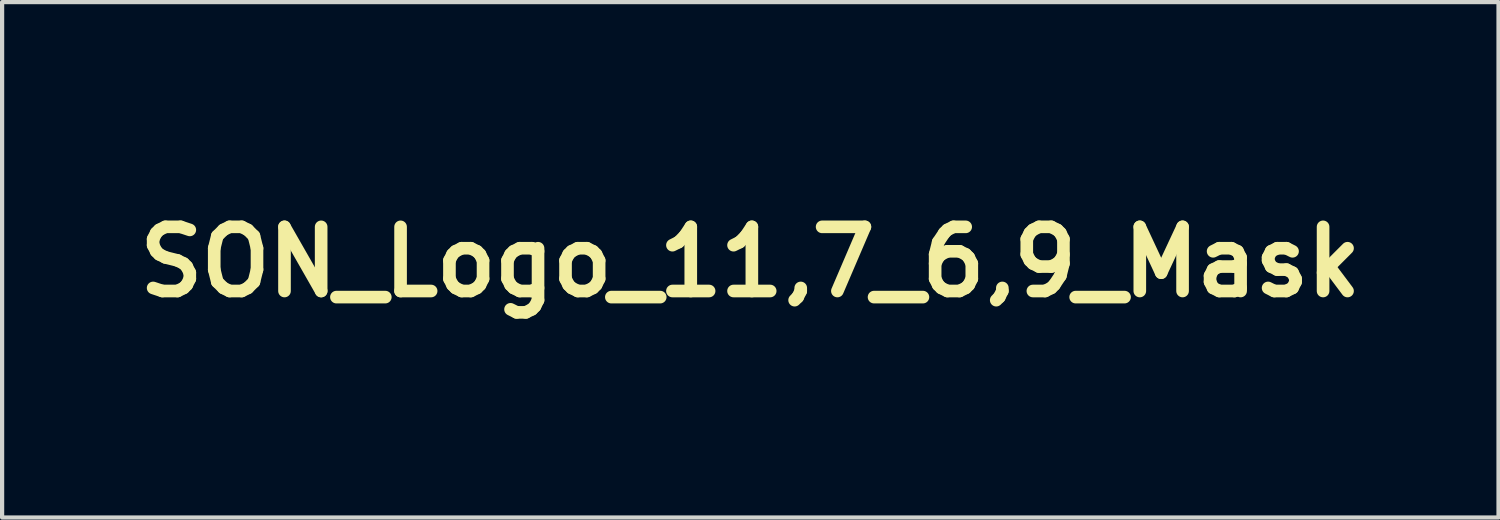
<source format=kicad_pcb>
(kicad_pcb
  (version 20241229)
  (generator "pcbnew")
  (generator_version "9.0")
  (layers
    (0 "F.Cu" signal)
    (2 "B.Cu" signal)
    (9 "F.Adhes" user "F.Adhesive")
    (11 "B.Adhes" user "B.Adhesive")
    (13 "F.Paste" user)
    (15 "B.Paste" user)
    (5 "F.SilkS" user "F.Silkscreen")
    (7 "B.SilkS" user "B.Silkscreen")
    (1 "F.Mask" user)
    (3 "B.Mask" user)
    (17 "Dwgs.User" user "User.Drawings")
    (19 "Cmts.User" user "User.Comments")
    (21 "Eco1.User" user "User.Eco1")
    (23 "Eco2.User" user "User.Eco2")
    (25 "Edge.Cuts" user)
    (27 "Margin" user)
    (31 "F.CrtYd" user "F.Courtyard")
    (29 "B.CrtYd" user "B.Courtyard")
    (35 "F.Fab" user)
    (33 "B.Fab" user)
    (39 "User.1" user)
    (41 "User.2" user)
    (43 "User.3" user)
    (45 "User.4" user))
  (footprint "SON_Logo_11,7_6,9_Mask"
    (layer "F.Cu")
    (at 14.776 3.174)
    (property "Reference" "SON_Logo_11,7_6,9_Mask" (at 0 0 0) (layer "F.SilkS") (effects (font (size 1.524 1.524) (thickness 0.3))))
    (attr through_hole)
    (fp_poly (pts (xy 4.293 2.173) (xy 4.377 2.203) (xy 4.445 2.258) (xy 4.466 2.284) (xy 4.493 2.346) (xy 4.504 2.426) (xy 4.497 2.527) (xy 4.474 2.655) (xy 4.469 2.678) (xy 4.428 2.811) (xy 4.376 2.915) (xy 4.309 2.989) (xy 4.225 3.038) (xy 4.123 3.061) (xy 4.057 3.064) (xy 3.988 3.061) (xy 3.925 3.052) (xy 3.885 3.041) (xy 3.813 2.993) (xy 3.768 2.924) (xy 3.748 2.833) (xy 3.749 2.825) (xy 3.896 2.825) (xy 3.902 2.855) (xy 3.915 2.882) (xy 3.916 2.884) (xy 3.961 2.924) (xy 4.025 2.943) (xy 4.099 2.94) (xy 4.153 2.923) (xy 4.214 2.888) (xy 4.26 2.837) (xy 4.296 2.764) (xy 4.321 2.682) (xy 4.347 2.559) (xy 4.356 2.459) (xy 4.35 2.384) (xy 4.328 2.338) (xy 4.273 2.301) (xy 4.202 2.292) (xy 4.121 2.312) (xy 4.109 2.317) (xy 4.051 2.35) (xy 4.005 2.395) (xy 3.969 2.458) (xy 3.941 2.542) (xy 3.917 2.653) (xy 3.908 2.712) (xy 3.899 2.78) (xy 3.896 2.825) (xy 3.749 2.825) (xy 3.755 2.721) (xy 3.758 2.704) (xy 3.788 2.567) (xy 3.822 2.457) (xy 3.862 2.371) (xy 3.911 2.304) (xy 3.928 2.286) (xy 4.01 2.222) (xy 4.103 2.182) (xy 4.199 2.165) (xy 4.293 2.173)) (stroke (width 0.01) (type solid)) (fill yes) (layer "F.Mask"))
    (fp_poly (pts (xy 0.896 2.19) (xy 0.914 2.205) (xy 0.914 2.207) (xy 0.904 2.227) (xy 0.876 2.269) (xy 0.833 2.328) (xy 0.778 2.4) (xy 0.715 2.481) (xy 0.706 2.491) (xy 0.635 2.582) (xy 0.581 2.651) (xy 0.543 2.704) (xy 0.517 2.745) (xy 0.5 2.781) (xy 0.488 2.815) (xy 0.48 2.853) (xy 0.477 2.866) (xy 0.46 2.952) (xy 0.445 3.009) (xy 0.428 3.043) (xy 0.407 3.06) (xy 0.379 3.065) (xy 0.374 3.065) (xy 0.334 3.059) (xy 0.312 3.047) (xy 0.31 3.023) (xy 0.315 2.974) (xy 0.324 2.91) (xy 0.33 2.879) (xy 0.359 2.729) (xy 0.263 2.474) (xy 0.231 2.387) (xy 0.205 2.31) (xy 0.187 2.25) (xy 0.178 2.212) (xy 0.178 2.202) (xy 0.2 2.19) (xy 0.241 2.184) (xy 0.245 2.184) (xy 0.27 2.185) (xy 0.288 2.192) (xy 0.305 2.21) (xy 0.323 2.244) (xy 0.346 2.3) (xy 0.371 2.364) (xy 0.399 2.437) (xy 0.421 2.498) (xy 0.436 2.541) (xy 0.44 2.558) (xy 0.444 2.572) (xy 0.458 2.568) (xy 0.484 2.545) (xy 0.523 2.501) (xy 0.58 2.434) (xy 0.624 2.379) (xy 0.684 2.304) (xy 0.729 2.251) (xy 0.761 2.216) (xy 0.787 2.196) (xy 0.809 2.187) (xy 0.834 2.185) (xy 0.847 2.184) (xy 0.896 2.19)) (stroke (width 0.01) (type solid)) (fill yes) (layer "F.Mask"))
    (fp_poly (pts (xy -3.591 2.607) (xy -3.572 2.723) (xy -3.556 2.828) (xy -3.543 2.918) (xy -3.534 2.987) (xy -3.529 3.032) (xy -3.53 3.047) (xy -3.555 3.061) (xy -3.595 3.064) (xy -3.632 3.053) (xy -3.634 3.052) (xy -3.65 3.028) (xy -3.664 2.986) (xy -3.665 2.98) (xy -3.675 2.929) (xy -3.685 2.896) (xy -3.702 2.875) (xy -3.732 2.865) (xy -3.781 2.862) (xy -3.855 2.862) (xy -3.883 2.862) (xy -4.072 2.862) (xy -4.135 2.964) (xy -4.171 3.018) (xy -4.198 3.049) (xy -4.223 3.062) (xy -4.25 3.065) (xy -4.291 3.058) (xy -4.312 3.04) (xy -4.306 3.02) (xy -4.284 2.974) (xy -4.249 2.906) (xy -4.201 2.82) (xy -4.149 2.729) (xy -3.993 2.729) (xy -3.98 2.735) (xy -3.941 2.74) (xy -3.882 2.743) (xy -3.852 2.743) (xy -3.704 2.743) (xy -3.715 2.68) (xy -3.723 2.63) (xy -3.734 2.562) (xy -3.746 2.493) (xy -3.756 2.434) (xy -3.767 2.391) (xy -3.775 2.371) (xy -3.776 2.371) (xy -3.787 2.384) (xy -3.811 2.42) (xy -3.844 2.472) (xy -3.881 2.533) (xy -3.919 2.595) (xy -3.953 2.653) (xy -3.979 2.7) (xy -3.993 2.728) (xy -3.993 2.729) (xy -4.149 2.729) (xy -4.144 2.72) (xy -4.079 2.609) (xy -4.074 2.6) (xy -3.826 2.184) (xy -3.664 2.184) (xy -3.591 2.607)) (stroke (width 0.01) (type solid)) (fill yes) (layer "F.Mask"))
    (fp_poly (pts (xy -0.376 2.184) (xy -0.283 2.185) (xy -0.217 2.188) (xy -0.17 2.193) (xy -0.137 2.203) (xy -0.108 2.216) (xy -0.106 2.218) (xy -0.045 2.267) (xy -0.006 2.33) (xy 0.013 2.41) (xy 0.012 2.511) (xy -0.009 2.635) (xy -0.017 2.672) (xy -0.051 2.792) (xy -0.091 2.887) (xy -0.141 2.957) (xy -0.207 3.007) (xy -0.291 3.04) (xy -0.398 3.058) (xy -0.533 3.064) (xy -0.574 3.065) (xy -0.646 3.063) (xy -0.707 3.06) (xy -0.748 3.054) (xy -0.758 3.051) (xy -0.764 3.039) (xy -0.764 3.011) (xy -0.759 2.965) (xy -0.753 2.929) (xy -0.611 2.929) (xy -0.483 2.929) (xy -0.404 2.926) (xy -0.335 2.916) (xy -0.295 2.905) (xy -0.253 2.878) (xy -0.219 2.835) (xy -0.19 2.77) (xy -0.163 2.679) (xy -0.143 2.587) (xy -0.128 2.483) (xy -0.13 2.407) (xy -0.153 2.354) (xy -0.199 2.322) (xy -0.269 2.307) (xy -0.364 2.306) (xy -0.481 2.311) (xy -0.535 2.565) (xy -0.555 2.658) (xy -0.574 2.744) (xy -0.588 2.814) (xy -0.598 2.862) (xy -0.601 2.874) (xy -0.611 2.929) (xy -0.753 2.929) (xy -0.747 2.895) (xy -0.728 2.8) (xy -0.702 2.675) (xy -0.702 2.674) (xy -0.679 2.564) (xy -0.656 2.461) (xy -0.637 2.371) (xy -0.621 2.301) (xy -0.61 2.256) (xy -0.608 2.248) (xy -0.591 2.184) (xy -0.376 2.184)) (stroke (width 0.01) (type solid)) (fill yes) (layer "F.Mask"))
    (fp_poly (pts (xy -1.73 2.239) (xy -1.736 2.294) (xy -2.183 2.304) (xy -2.2 2.367) (xy -2.215 2.43) (xy -2.227 2.493) (xy -2.228 2.493) (xy -2.239 2.557) (xy -2.034 2.557) (xy -1.945 2.557) (xy -1.886 2.56) (xy -1.85 2.566) (xy -1.833 2.579) (xy -1.831 2.599) (xy -1.838 2.63) (xy -1.839 2.637) (xy -1.845 2.653) (xy -1.856 2.664) (xy -1.879 2.671) (xy -1.918 2.674) (xy -1.98 2.675) (xy -2.058 2.675) (xy -2.267 2.675) (xy -2.286 2.773) (xy -2.298 2.831) (xy -2.309 2.879) (xy -2.314 2.9) (xy -2.315 2.912) (xy -2.306 2.92) (xy -2.282 2.925) (xy -2.238 2.928) (xy -2.169 2.929) (xy -2.101 2.929) (xy -1.88 2.929) (xy -1.88 2.977) (xy -1.882 3.008) (xy -1.89 3.031) (xy -1.911 3.047) (xy -1.947 3.057) (xy -2.004 3.062) (xy -2.087 3.064) (xy -2.188 3.065) (xy -2.293 3.064) (xy -2.368 3.062) (xy -2.419 3.059) (xy -2.449 3.053) (xy -2.463 3.045) (xy -2.466 3.041) (xy -2.465 3.019) (xy -2.457 2.97) (xy -2.445 2.899) (xy -2.429 2.812) (xy -2.41 2.714) (xy -2.39 2.612) (xy -2.369 2.511) (xy -2.348 2.416) (xy -2.33 2.333) (xy -2.314 2.269) (xy -2.303 2.228) (xy -2.301 2.223) (xy -2.295 2.208) (xy -2.284 2.198) (xy -2.265 2.192) (xy -2.232 2.187) (xy -2.179 2.185) (xy -2.102 2.185) (xy -2.006 2.184) (xy -1.725 2.184) (xy -1.73 2.239)) (stroke (width 0.01) (type solid)) (fill yes) (layer "F.Mask"))
    (fp_poly (pts (xy -4.898 2.188) (xy -4.877 2.19) (xy -4.861 2.196) (xy -4.845 2.21) (xy -4.827 2.236) (xy -4.805 2.278) (xy -4.776 2.341) (xy -4.738 2.427) (xy -4.71 2.493) (xy -4.669 2.586) (xy -4.632 2.669) (xy -4.602 2.735) (xy -4.581 2.781) (xy -4.57 2.801) (xy -4.57 2.802) (xy -4.564 2.789) (xy -4.552 2.749) (xy -4.537 2.685) (xy -4.519 2.604) (xy -4.504 2.536) (xy -4.481 2.419) (xy -4.462 2.332) (xy -4.447 2.27) (xy -4.434 2.228) (xy -4.421 2.203) (xy -4.407 2.19) (xy -4.39 2.185) (xy -4.369 2.184) (xy -4.332 2.189) (xy -4.319 2.208) (xy -4.318 2.222) (xy -4.322 2.251) (xy -4.331 2.307) (xy -4.346 2.385) (xy -4.364 2.476) (xy -4.385 2.577) (xy -4.407 2.681) (xy -4.428 2.781) (xy -4.449 2.872) (xy -4.466 2.947) (xy -4.48 3.001) (xy -4.487 3.027) (xy -4.515 3.056) (xy -4.555 3.065) (xy -4.592 3.052) (xy -4.601 3.044) (xy -4.613 3.022) (xy -4.635 2.975) (xy -4.666 2.907) (xy -4.704 2.824) (xy -4.741 2.738) (xy -4.781 2.649) (xy -4.817 2.573) (xy -4.847 2.514) (xy -4.868 2.477) (xy -4.878 2.467) (xy -4.885 2.488) (xy -4.898 2.535) (xy -4.914 2.604) (xy -4.933 2.688) (xy -4.945 2.743) (xy -4.964 2.835) (xy -4.983 2.917) (xy -4.999 2.982) (xy -5.011 3.024) (xy -5.015 3.035) (xy -5.041 3.057) (xy -5.079 3.065) (xy -5.113 3.057) (xy -5.123 3.048) (xy -5.122 3.027) (xy -5.115 2.978) (xy -5.103 2.905) (xy -5.086 2.813) (xy -5.065 2.706) (xy -5.044 2.607) (xy -4.955 2.183) (xy -4.898 2.188)) (stroke (width 0.01) (type solid)) (fill yes) (layer "F.Mask"))
    (fp_poly (pts (xy -0.891 2.189) (xy -0.867 2.201) (xy -0.864 2.209) (xy -0.867 2.232) (xy -0.876 2.283) (xy -0.891 2.355) (xy -0.909 2.443) (xy -0.929 2.542) (xy -0.951 2.645) (xy -0.973 2.747) (xy -0.994 2.843) (xy -1.013 2.926) (xy -1.028 2.993) (xy -1.039 3.036) (xy -1.043 3.051) (xy -1.068 3.063) (xy -1.107 3.063) (xy -1.146 3.049) (xy -1.154 3.044) (xy -1.169 3.022) (xy -1.195 2.974) (xy -1.228 2.906) (xy -1.267 2.823) (xy -1.304 2.739) (xy -1.344 2.649) (xy -1.378 2.572) (xy -1.406 2.511) (xy -1.425 2.472) (xy -1.432 2.46) (xy -1.437 2.477) (xy -1.447 2.521) (xy -1.462 2.589) (xy -1.481 2.672) (xy -1.498 2.75) (xy -1.518 2.845) (xy -1.537 2.928) (xy -1.552 2.993) (xy -1.563 3.036) (xy -1.568 3.051) (xy -1.592 3.063) (xy -1.631 3.064) (xy -1.668 3.056) (xy -1.687 3.041) (xy -1.685 3.02) (xy -1.678 2.971) (xy -1.665 2.9) (xy -1.649 2.813) (xy -1.63 2.715) (xy -1.609 2.612) (xy -1.588 2.51) (xy -1.567 2.413) (xy -1.548 2.328) (xy -1.532 2.261) (xy -1.52 2.216) (xy -1.515 2.2) (xy -1.493 2.189) (xy -1.452 2.184) (xy -1.45 2.184) (xy -1.395 2.184) (xy -1.261 2.492) (xy -1.22 2.585) (xy -1.184 2.665) (xy -1.155 2.728) (xy -1.134 2.769) (xy -1.124 2.784) (xy -1.123 2.784) (xy -1.118 2.763) (xy -1.107 2.715) (xy -1.092 2.645) (xy -1.073 2.56) (xy -1.058 2.491) (xy -1.038 2.398) (xy -1.019 2.317) (xy -1.004 2.253) (xy -0.993 2.211) (xy -0.989 2.199) (xy -0.967 2.187) (xy -0.929 2.184) (xy -0.891 2.189)) (stroke (width 0.01) (type solid)) (fill yes) (layer "F.Mask"))
    (fp_poly (pts (xy 2.36 2.187) (xy 2.383 2.199) (xy 2.393 2.226) (xy 2.394 2.231) (xy 2.406 2.288) (xy 2.42 2.366) (xy 2.436 2.459) (xy 2.453 2.561) (xy 2.47 2.665) (xy 2.486 2.766) (xy 2.501 2.858) (xy 2.512 2.934) (xy 2.52 2.99) (xy 2.523 3.018) (xy 2.523 3.018) (xy 2.518 3.052) (xy 2.495 3.064) (xy 2.477 3.065) (xy 2.426 3.058) (xy 2.397 3.034) (xy 2.381 2.984) (xy 2.38 2.98) (xy 2.37 2.929) (xy 2.359 2.895) (xy 2.342 2.875) (xy 2.312 2.865) (xy 2.263 2.862) (xy 2.187 2.862) (xy 2.167 2.862) (xy 1.982 2.862) (xy 1.918 2.959) (xy 1.879 3.013) (xy 1.849 3.044) (xy 1.819 3.058) (xy 1.799 3.062) (xy 1.752 3.058) (xy 1.734 3.041) (xy 1.74 3.022) (xy 1.761 2.978) (xy 1.795 2.915) (xy 1.838 2.836) (xy 1.889 2.746) (xy 1.898 2.731) (xy 2.054 2.731) (xy 2.066 2.736) (xy 2.105 2.741) (xy 2.164 2.743) (xy 2.194 2.743) (xy 2.341 2.743) (xy 2.332 2.697) (xy 2.325 2.658) (xy 2.315 2.597) (xy 2.304 2.527) (xy 2.302 2.511) (xy 2.291 2.449) (xy 2.28 2.403) (xy 2.271 2.38) (xy 2.269 2.379) (xy 2.257 2.395) (xy 2.232 2.433) (xy 2.199 2.487) (xy 2.16 2.55) (xy 2.121 2.615) (xy 2.085 2.675) (xy 2.057 2.725) (xy 2.054 2.731) (xy 1.898 2.731) (xy 1.944 2.651) (xy 2 2.554) (xy 2.056 2.46) (xy 2.108 2.374) (xy 2.154 2.3) (xy 2.191 2.243) (xy 2.217 2.207) (xy 2.225 2.197) (xy 2.253 2.189) (xy 2.299 2.185) (xy 2.314 2.185) (xy 2.36 2.187)) (stroke (width 0.01) (type solid)) (fill yes) (layer "F.Mask"))
    (fp_poly (pts (xy 1.718 2.189) (xy 1.734 2.199) (xy 1.734 2.22) (xy 1.727 2.268) (xy 1.714 2.338) (xy 1.697 2.425) (xy 1.677 2.523) (xy 1.656 2.626) (xy 1.633 2.729) (xy 1.611 2.827) (xy 1.59 2.913) (xy 1.573 2.984) (xy 1.559 3.032) (xy 1.551 3.052) (xy 1.55 3.052) (xy 1.521 3.061) (xy 1.491 3.061) (xy 1.473 3.057) (xy 1.456 3.047) (xy 1.438 3.027) (xy 1.418 2.994) (xy 1.391 2.943) (xy 1.357 2.87) (xy 1.313 2.772) (xy 1.286 2.712) (xy 1.249 2.631) (xy 1.216 2.563) (xy 1.19 2.513) (xy 1.173 2.487) (xy 1.168 2.484) (xy 1.161 2.505) (xy 1.149 2.552) (xy 1.133 2.621) (xy 1.114 2.706) (xy 1.101 2.769) (xy 1.081 2.86) (xy 1.061 2.941) (xy 1.044 3.003) (xy 1.032 3.042) (xy 1.026 3.052) (xy 0.987 3.064) (xy 0.945 3.059) (xy 0.919 3.044) (xy 0.918 3.022) (xy 0.924 2.973) (xy 0.935 2.902) (xy 0.951 2.814) (xy 0.969 2.716) (xy 0.99 2.613) (xy 1.012 2.511) (xy 1.034 2.414) (xy 1.055 2.329) (xy 1.072 2.262) (xy 1.087 2.217) (xy 1.094 2.201) (xy 1.124 2.189) (xy 1.162 2.187) (xy 1.18 2.191) (xy 1.196 2.201) (xy 1.213 2.221) (xy 1.233 2.255) (xy 1.259 2.307) (xy 1.293 2.383) (xy 1.338 2.485) (xy 1.378 2.576) (xy 1.414 2.656) (xy 1.443 2.719) (xy 1.464 2.761) (xy 1.474 2.777) (xy 1.474 2.777) (xy 1.48 2.761) (xy 1.492 2.718) (xy 1.507 2.652) (xy 1.525 2.57) (xy 1.54 2.502) (xy 1.56 2.409) (xy 1.579 2.326) (xy 1.595 2.261) (xy 1.608 2.218) (xy 1.613 2.206) (xy 1.64 2.191) (xy 1.681 2.185) (xy 1.718 2.189)) (stroke (width 0.01) (type solid)) (fill yes) (layer "F.Mask"))
    (fp_poly (pts (xy 2.979 2.192) (xy 3.003 2.211) (xy 3.003 2.214) (xy 3.02 2.27) (xy 3.042 2.341) (xy 3.065 2.418) (xy 3.09 2.496) (xy 3.112 2.566) (xy 3.13 2.622) (xy 3.142 2.656) (xy 3.144 2.663) (xy 3.157 2.655) (xy 3.185 2.624) (xy 3.226 2.573) (xy 3.276 2.508) (xy 3.312 2.46) (xy 3.381 2.367) (xy 3.432 2.298) (xy 3.471 2.249) (xy 3.499 2.216) (xy 3.52 2.197) (xy 3.538 2.188) (xy 3.556 2.185) (xy 3.578 2.184) (xy 3.581 2.184) (xy 3.621 2.188) (xy 3.64 2.195) (xy 3.641 2.197) (xy 3.637 2.225) (xy 3.628 2.278) (xy 3.613 2.353) (xy 3.594 2.442) (xy 3.572 2.541) (xy 3.549 2.645) (xy 3.525 2.747) (xy 3.503 2.843) (xy 3.483 2.926) (xy 3.466 2.993) (xy 3.453 3.037) (xy 3.447 3.052) (xy 3.408 3.063) (xy 3.361 3.06) (xy 3.341 3.052) (xy 3.335 3.037) (xy 3.335 3.004) (xy 3.343 2.949) (xy 3.358 2.867) (xy 3.377 2.777) (xy 3.396 2.687) (xy 3.412 2.611) (xy 3.424 2.552) (xy 3.43 2.518) (xy 3.43 2.511) (xy 3.42 2.522) (xy 3.393 2.556) (xy 3.355 2.607) (xy 3.308 2.67) (xy 3.305 2.675) (xy 3.237 2.765) (xy 3.182 2.825) (xy 3.138 2.856) (xy 3.101 2.856) (xy 3.069 2.825) (xy 3.038 2.764) (xy 3.006 2.671) (xy 2.998 2.647) (xy 2.942 2.464) (xy 2.883 2.743) (xy 2.862 2.837) (xy 2.843 2.92) (xy 2.826 2.987) (xy 2.813 3.03) (xy 2.807 3.044) (xy 2.774 3.061) (xy 2.73 3.063) (xy 2.698 3.052) (xy 2.693 3.038) (xy 2.694 3.005) (xy 2.701 2.951) (xy 2.715 2.872) (xy 2.736 2.765) (xy 2.763 2.633) (xy 2.787 2.519) (xy 2.81 2.416) (xy 2.831 2.328) (xy 2.848 2.261) (xy 2.86 2.218) (xy 2.866 2.206) (xy 2.896 2.188) (xy 2.938 2.184) (xy 2.979 2.192)) (stroke (width 0.01) (type solid)) (fill yes) (layer "F.Mask"))
    (fp_poly (pts (xy -2.841 2.186) (xy -2.758 2.192) (xy -2.698 2.203) (xy -2.656 2.221) (xy -2.628 2.248) (xy -2.608 2.285) (xy -2.608 2.285) (xy -2.595 2.342) (xy -2.595 2.41) (xy -2.595 2.417) (xy -2.609 2.479) (xy -2.639 2.526) (xy -2.662 2.549) (xy -2.695 2.582) (xy -2.707 2.603) (xy -2.7 2.621) (xy -2.69 2.631) (xy -2.662 2.682) (xy -2.652 2.752) (xy -2.66 2.825) (xy -2.696 2.913) (xy -2.759 2.985) (xy -2.842 3.034) (xy -2.888 3.049) (xy -2.931 3.055) (xy -2.994 3.06) (xy -3.068 3.063) (xy -3.148 3.064) (xy -3.224 3.064) (xy -3.289 3.062) (xy -3.337 3.058) (xy -3.359 3.052) (xy -3.359 3.052) (xy -3.357 3.033) (xy -3.35 2.987) (xy -3.338 2.918) (xy -3.336 2.912) (xy -3.2 2.912) (xy -3.184 2.921) (xy -3.137 2.927) (xy -3.064 2.929) (xy -3.047 2.929) (xy -2.973 2.929) (xy -2.925 2.926) (xy -2.892 2.918) (xy -2.868 2.903) (xy -2.843 2.88) (xy -2.806 2.829) (xy -2.794 2.773) (xy -2.794 2.771) (xy -2.801 2.723) (xy -2.824 2.69) (xy -2.868 2.67) (xy -2.938 2.66) (xy -3.008 2.659) (xy -3.147 2.659) (xy -3.174 2.776) (xy -3.187 2.837) (xy -3.196 2.885) (xy -3.2 2.911) (xy -3.2 2.912) (xy -3.336 2.912) (xy -3.321 2.833) (xy -3.302 2.737) (xy -3.282 2.635) (xy -3.263 2.54) (xy -3.12 2.54) (xy -2.99 2.54) (xy -2.899 2.536) (xy -2.832 2.523) (xy -2.811 2.514) (xy -2.754 2.47) (xy -2.728 2.41) (xy -2.726 2.384) (xy -2.731 2.349) (xy -2.748 2.325) (xy -2.784 2.311) (xy -2.843 2.305) (xy -2.922 2.303) (xy -3.078 2.303) (xy -3.088 2.366) (xy -3.098 2.426) (xy -3.109 2.483) (xy -3.109 2.485) (xy -3.12 2.54) (xy -3.263 2.54) (xy -3.261 2.532) (xy -3.241 2.435) (xy -3.222 2.348) (xy -3.206 2.278) (xy -3.194 2.229) (xy -3.19 2.214) (xy -3.183 2.202) (xy -3.167 2.194) (xy -3.137 2.188) (xy -3.086 2.186) (xy -3.011 2.185) (xy -2.953 2.184) (xy -2.841 2.186)) (stroke (width 0.01) (type solid)) (fill yes) (layer "F.Mask"))
    (fp_poly (pts (xy -2.874 -3.158) (xy -2.637 -3.125) (xy -2.421 -3.069) (xy -2.229 -2.992) (xy -2.15 -2.95) (xy -2.093 -2.916) (xy -2.06 -2.89) (xy -2.043 -2.865) (xy -2.036 -2.834) (xy -2.035 -2.825) (xy -2.036 -2.792) (xy -2.046 -2.756) (xy -2.069 -2.71) (xy -2.107 -2.648) (xy -2.13 -2.611) (xy -2.181 -2.53) (xy -2.238 -2.433) (xy -2.294 -2.333) (xy -2.327 -2.271) (xy -2.384 -2.166) (xy -2.434 -2.092) (xy -2.482 -2.045) (xy -2.533 -2.023) (xy -2.591 -2.023) (xy -2.66 -2.043) (xy -2.706 -2.063) (xy -2.876 -2.127) (xy -3.052 -2.166) (xy -3.228 -2.18) (xy -3.397 -2.169) (xy -3.554 -2.132) (xy -3.635 -2.1) (xy -3.748 -2.035) (xy -3.841 -1.955) (xy -3.912 -1.865) (xy -3.959 -1.768) (xy -3.979 -1.67) (xy -3.969 -1.574) (xy -3.956 -1.536) (xy -3.934 -1.494) (xy -3.906 -1.457) (xy -3.868 -1.424) (xy -3.815 -1.394) (xy -3.745 -1.364) (xy -3.653 -1.333) (xy -3.536 -1.298) (xy -3.39 -1.259) (xy -3.378 -1.256) (xy -3.179 -1.201) (xy -3.01 -1.149) (xy -2.865 -1.098) (xy -2.742 -1.046) (xy -2.635 -0.991) (xy -2.541 -0.931) (xy -2.455 -0.864) (xy -2.425 -0.838) (xy -2.38 -0.799) (xy -2.347 -0.773) (xy -2.331 -0.764) (xy -2.33 -0.764) (xy -2.325 -0.783) (xy -2.315 -0.825) (xy -2.304 -0.881) (xy -2.283 -0.985) (xy -2.255 -1.109) (xy -2.222 -1.246) (xy -2.187 -1.386) (xy -2.152 -1.52) (xy -2.119 -1.638) (xy -2.09 -1.733) (xy -2.089 -1.736) (xy -2.04 -1.873) (xy -1.981 -2.015) (xy -1.917 -2.153) (xy -1.852 -2.277) (xy -1.79 -2.378) (xy -1.789 -2.379) (xy -1.675 -2.524) (xy -1.535 -2.663) (xy -1.376 -2.79) (xy -1.206 -2.901) (xy -1.03 -2.991) (xy -0.856 -3.056) (xy -0.793 -3.073) (xy -0.747 -3.082) (xy -0.698 -3.091) (xy -0.643 -3.099) (xy -0.579 -3.105) (xy -0.506 -3.111) (xy -0.42 -3.116) (xy -0.319 -3.12) (xy -0.202 -3.123) (xy -0.066 -3.126) (xy 0.091 -3.128) (xy 0.271 -3.13) (xy 0.477 -3.131) (xy 0.709 -3.132) (xy 0.972 -3.132) (xy 1.266 -3.133) (xy 1.266 -3.133) (xy 1.538 -3.133) (xy 1.777 -3.133) (xy 1.987 -3.132) (xy 2.17 -3.132) (xy 2.327 -3.131) (xy 2.46 -3.13) (xy 2.572 -3.128) (xy 2.665 -3.125) (xy 2.741 -3.122) (xy 2.802 -3.117) (xy 2.851 -3.112) (xy 2.888 -3.105) (xy 2.917 -3.097) (xy 2.939 -3.088) (xy 2.956 -3.077) (xy 2.971 -3.064) (xy 2.986 -3.05) (xy 2.998 -3.039) (xy 3.012 -3.017) (xy 3.036 -2.973) (xy 3.068 -2.903) (xy 3.111 -2.808) (xy 3.163 -2.685) (xy 3.226 -2.536) (xy 3.301 -2.358) (xy 3.386 -2.15) (xy 3.484 -1.912) (xy 3.514 -1.838) (xy 3.591 -1.65) (xy 3.663 -1.473) (xy 3.731 -1.307) (xy 3.794 -1.155) (xy 3.849 -1.02) (xy 3.897 -0.905) (xy 3.936 -0.811) (xy 3.966 -0.741) (xy 3.984 -0.698) (xy 3.991 -0.683) (xy 3.995 -0.7) (xy 4.005 -0.748) (xy 4.021 -0.823) (xy 4.042 -0.924) (xy 4.067 -1.047) (xy 4.096 -1.19) (xy 4.129 -1.35) (xy 4.165 -1.525) (xy 4.203 -1.711) (xy 4.232 -1.855) (xy 4.271 -2.05) (xy 4.309 -2.235) (xy 4.344 -2.408) (xy 4.377 -2.567) (xy 4.406 -2.707) (xy 4.431 -2.828) (xy 4.452 -2.926) (xy 4.467 -2.998) (xy 4.477 -3.041) (xy 4.48 -3.053) (xy 4.49 -3.074) (xy 4.505 -3.091) (xy 4.529 -3.104) (xy 4.564 -3.115) (xy 4.614 -3.122) (xy 4.683 -3.127) (xy 4.775 -3.13) (xy 4.891 -3.132) (xy 5.036 -3.133) (xy 5.113 -3.133) (xy 5.283 -3.132) (xy 5.42 -3.13) (xy 5.524 -3.128) (xy 5.594 -3.124) (xy 5.632 -3.119) (xy 5.639 -3.115) (xy 5.636 -3.097) (xy 5.626 -3.047) (xy 5.61 -2.968) (xy 5.589 -2.861) (xy 5.563 -2.729) (xy 5.532 -2.572) (xy 5.497 -2.394) (xy 5.457 -2.196) (xy 5.414 -1.98) (xy 5.368 -1.747) (xy 5.319 -1.5) (xy 5.267 -1.241) (xy 5.213 -0.971) (xy 5.165 -0.732) (xy 5.099 -0.404) (xy 5.04 -0.108) (xy 4.986 0.159) (xy 4.938 0.396) (xy 4.895 0.608) (xy 4.857 0.794) (xy 4.824 0.956) (xy 4.795 1.097) (xy 4.77 1.218) (xy 4.748 1.32) (xy 4.729 1.405) (xy 4.713 1.475) (xy 4.7 1.531) (xy 4.688 1.575) (xy 4.679 1.608) (xy 4.67 1.633) (xy 4.663 1.65) (xy 4.656 1.662) (xy 4.65 1.67) (xy 4.647 1.672) (xy 4.633 1.684) (xy 4.616 1.693) (xy 4.594 1.7) (xy 4.561 1.705) (xy 4.514 1.708) (xy 4.447 1.709) (xy 4.356 1.71) (xy 4.237 1.71) (xy 4.198 1.71) (xy 4.062 1.71) (xy 3.957 1.709) (xy 3.877 1.706) (xy 3.819 1.702) (xy 3.778 1.696) (xy 3.751 1.689) (xy 3.743 1.685) (xy 3.714 1.663) (xy 3.685 1.622) (xy 3.653 1.559) (xy 3.637 1.52) (xy 3.62 1.481) (xy 3.592 1.413) (xy 3.554 1.319) (xy 3.507 1.204) (xy 3.451 1.069) (xy 3.389 0.917) (xy 3.322 0.753) (xy 3.25 0.578) (xy 3.175 0.395) (xy 3.14 0.308) (xy 2.701 -0.764) (xy 2.462 0.434) (xy 2.416 0.663) (xy 2.376 0.861) (xy 2.342 1.03) (xy 2.313 1.173) (xy 2.288 1.292) (xy 2.267 1.39) (xy 2.249 1.468) (xy 2.235 1.529) (xy 2.222 1.576) (xy 2.212 1.61) (xy 2.202 1.635) (xy 2.194 1.652) (xy 2.185 1.663) (xy 2.177 1.671) (xy 2.164 1.682) (xy 2.15 1.691) (xy 2.131 1.697) (xy 2.103 1.702) (xy 2.064 1.706) (xy 2.008 1.708) (xy 1.933 1.709) (xy 1.834 1.71) (xy 1.708 1.71) (xy 1.59 1.71) (xy 1.44 1.71) (xy 1.32 1.71) (xy 1.228 1.709) (xy 1.16 1.707) (xy 1.112 1.705) (xy 1.081 1.701) (xy 1.063 1.696) (xy 1.056 1.69) (xy 1.056 1.682) (xy 1.056 1.681) (xy 1.061 1.659) (xy 1.072 1.607) (xy 1.088 1.528) (xy 1.109 1.426) (xy 1.133 1.304) (xy 1.161 1.166) (xy 1.191 1.013) (xy 1.224 0.851) (xy 1.23 0.821) (xy 1.262 0.658) (xy 1.293 0.506) (xy 1.322 0.367) (xy 1.348 0.245) (xy 1.37 0.143) (xy 1.388 0.063) (xy 1.401 0.01) (xy 1.408 -0.013) (xy 1.409 -0.014) (xy 1.418 -0.033) (xy 1.422 -0.071) (xy 1.422 -0.074) (xy 1.426 -0.1) (xy 1.435 -0.156) (xy 1.45 -0.239) (xy 1.47 -0.346) (xy 1.494 -0.474) (xy 1.522 -0.619) (xy 1.553 -0.778) (xy 1.587 -0.949) (xy 1.615 -1.091) (xy 1.657 -1.302) (xy 1.693 -1.482) (xy 1.723 -1.635) (xy 1.747 -1.761) (xy 1.765 -1.864) (xy 1.778 -1.947) (xy 1.786 -2.012) (xy 1.79 -2.061) (xy 1.79 -2.098) (xy 1.785 -2.124) (xy 1.777 -2.142) (xy 1.765 -2.154) (xy 1.75 -2.164) (xy 1.743 -2.168) (xy 1.719 -2.173) (xy 1.67 -2.177) (xy 1.604 -2.181) (xy 1.528 -2.183) (xy 1.45 -2.185) (xy 1.376 -2.185) (xy 1.313 -2.184) (xy 1.27 -2.181) (xy 1.253 -2.177) (xy 1.253 -2.177) (xy 1.257 -2.158) (xy 1.267 -2.115) (xy 1.28 -2.058) (xy 1.281 -2.054) (xy 1.297 -1.958) (xy 1.306 -1.836) (xy 1.308 -1.695) (xy 1.303 -1.544) (xy 1.29 -1.389) (xy 1.28 -1.304) (xy 1.265 -1.202) (xy 1.243 -1.074) (xy 1.216 -0.927) (xy 1.186 -0.768) (xy 1.153 -0.604) (xy 1.119 -0.44) (xy 1.086 -0.286) (xy 1.054 -0.146) (xy 1.026 -0.029) (xy 1.023 -0.019) (xy 0.954 0.229) (xy 0.881 0.447) (xy 0.802 0.64) (xy 0.715 0.81) (xy 0.618 0.962) (xy 0.509 1.1) (xy 0.395 1.22) (xy 0.25 1.347) (xy 0.099 1.454) (xy -0.066 1.544) (xy -0.251 1.62) (xy -0.462 1.687) (xy -0.462 1.687) (xy -0.59 1.714) (xy -0.739 1.733) (xy -0.9 1.742) (xy -1.061 1.742) (xy -1.212 1.733) (xy -1.338 1.714) (xy -1.55 1.654) (xy -1.748 1.566) (xy -1.928 1.451) (xy -2.088 1.313) (xy -2.225 1.152) (xy -2.286 1.06) (xy -2.326 0.993) (xy -2.368 1.051) (xy -2.433 1.128) (xy -2.517 1.213) (xy -2.613 1.297) (xy -2.71 1.373) (xy -2.794 1.429) (xy -2.949 1.512) (xy -3.111 1.581) (xy -3.286 1.638) (xy -3.485 1.686) (xy -3.577 1.704) (xy -3.668 1.716) (xy -3.784 1.726) (xy -3.917 1.733) (xy -4.059 1.737) (xy -4.202 1.737) (xy -4.338 1.734) (xy -4.458 1.728) (xy -4.538 1.72) (xy -4.623 1.708) (xy -4.705 1.695) (xy -4.773 1.683) (xy -4.801 1.677) (xy -5.028 1.611) (xy -5.242 1.519) (xy -5.439 1.402) (xy -5.612 1.265) (xy -5.643 1.236) (xy -5.702 1.172) (xy -5.734 1.119) (xy -5.742 1.07) (xy -5.726 1.021) (xy -5.723 1.016) (xy -5.706 0.996) (xy -5.667 0.958) (xy -5.61 0.905) (xy -5.538 0.839) (xy -5.454 0.764) (xy -5.376 0.695) (xy -5.267 0.6) (xy -5.18 0.526) (xy -5.111 0.471) (xy -5.056 0.434) (xy -5.012 0.413) (xy -4.975 0.406) (xy -4.94 0.413) (xy -4.905 0.431) (xy -4.865 0.458) (xy -4.842 0.476) (xy -4.721 0.557) (xy -4.591 0.619) (xy -4.447 0.666) (xy -4.28 0.7) (xy -4.17 0.715) (xy -3.993 0.725) (xy -3.828 0.713) (xy -3.678 0.682) (xy -3.546 0.633) (xy -3.433 0.566) (xy -3.343 0.485) (xy -3.279 0.389) (xy -3.243 0.28) (xy -3.243 0.276) (xy -1.311 0.276) (xy -1.309 0.34) (xy -1.304 0.387) (xy -1.295 0.425) (xy -1.279 0.463) (xy -1.262 0.5) (xy -1.196 0.594) (xy -1.109 0.667) (xy -1.006 0.716) (xy -0.892 0.739) (xy -0.772 0.735) (xy -0.651 0.702) (xy -0.631 0.694) (xy -0.502 0.621) (xy -0.392 0.523) (xy -0.3 0.398) (xy -0.224 0.245) (xy -0.205 0.195) (xy -0.166 0.074) (xy -0.124 -0.074) (xy -0.081 -0.244) (xy -0.038 -0.428) (xy 0.003 -0.622) (xy 0.041 -0.818) (xy 0.076 -1.01) (xy 0.105 -1.193) (xy 0.128 -1.36) (xy 0.143 -1.505) (xy 0.145 -1.534) (xy 0.147 -1.691) (xy 0.129 -1.822) (xy 0.09 -1.93) (xy 0.029 -2.018) (xy -0.055 -2.089) (xy -0.085 -2.107) (xy -0.14 -2.135) (xy -0.188 -2.151) (xy -0.243 -2.158) (xy -0.306 -2.159) (xy -0.375 -2.157) (xy -0.429 -2.15) (xy -0.482 -2.133) (xy -0.547 -2.103) (xy -0.562 -2.095) (xy -0.648 -2.047) (xy -0.724 -1.989) (xy -0.792 -1.92) (xy -0.853 -1.837) (xy -0.909 -1.736) (xy -0.961 -1.614) (xy -1.01 -1.469) (xy -1.059 -1.299) (xy -1.107 -1.099) (xy -1.142 -0.945) (xy -1.195 -0.686) (xy -1.239 -0.448) (xy -1.272 -0.235) (xy -1.296 -0.049) (xy -1.308 0.109) (xy -1.311 0.186) (xy -1.311 0.276) (xy -3.243 0.276) (xy -3.237 0.235) (xy -3.242 0.122) (xy -3.273 0.028) (xy -3.333 -0.049) (xy -3.423 -0.11) (xy -3.491 -0.14) (xy -3.531 -0.154) (xy -3.596 -0.173) (xy -3.681 -0.198) (xy -3.779 -0.226) (xy -3.884 -0.254) (xy -3.995 -0.286) (xy -4.107 -0.319) (xy -4.21 -0.352) (xy -4.296 -0.383) (xy -4.349 -0.404) (xy -4.535 -0.498) (xy -4.699 -0.611) (xy -4.839 -0.739) (xy -4.953 -0.881) (xy -5.037 -1.033) (xy -5.064 -1.101) (xy -5.084 -1.173) (xy -5.098 -1.257) (xy -5.107 -1.361) (xy -5.11 -1.416) (xy -5.106 -1.658) (xy -5.075 -1.881) (xy -5.016 -2.087) (xy -4.927 -2.28) (xy -4.808 -2.46) (xy -4.693 -2.594) (xy -4.521 -2.753) (xy -4.329 -2.885) (xy -4.118 -2.992) (xy -3.886 -3.074) (xy -3.632 -3.13) (xy -3.357 -3.162) (xy -3.131 -3.169) (xy -2.874 -3.158)) (stroke (width 0.01) (type solid)) (fill yes) (layer "F.Mask")))
  (gr_rect
    (start -3 -3)
    (end 32.551 9.245)
    (stroke (width 0.1) (type default))
    (fill no)
    (layer "Edge.Cuts")))
</source>
